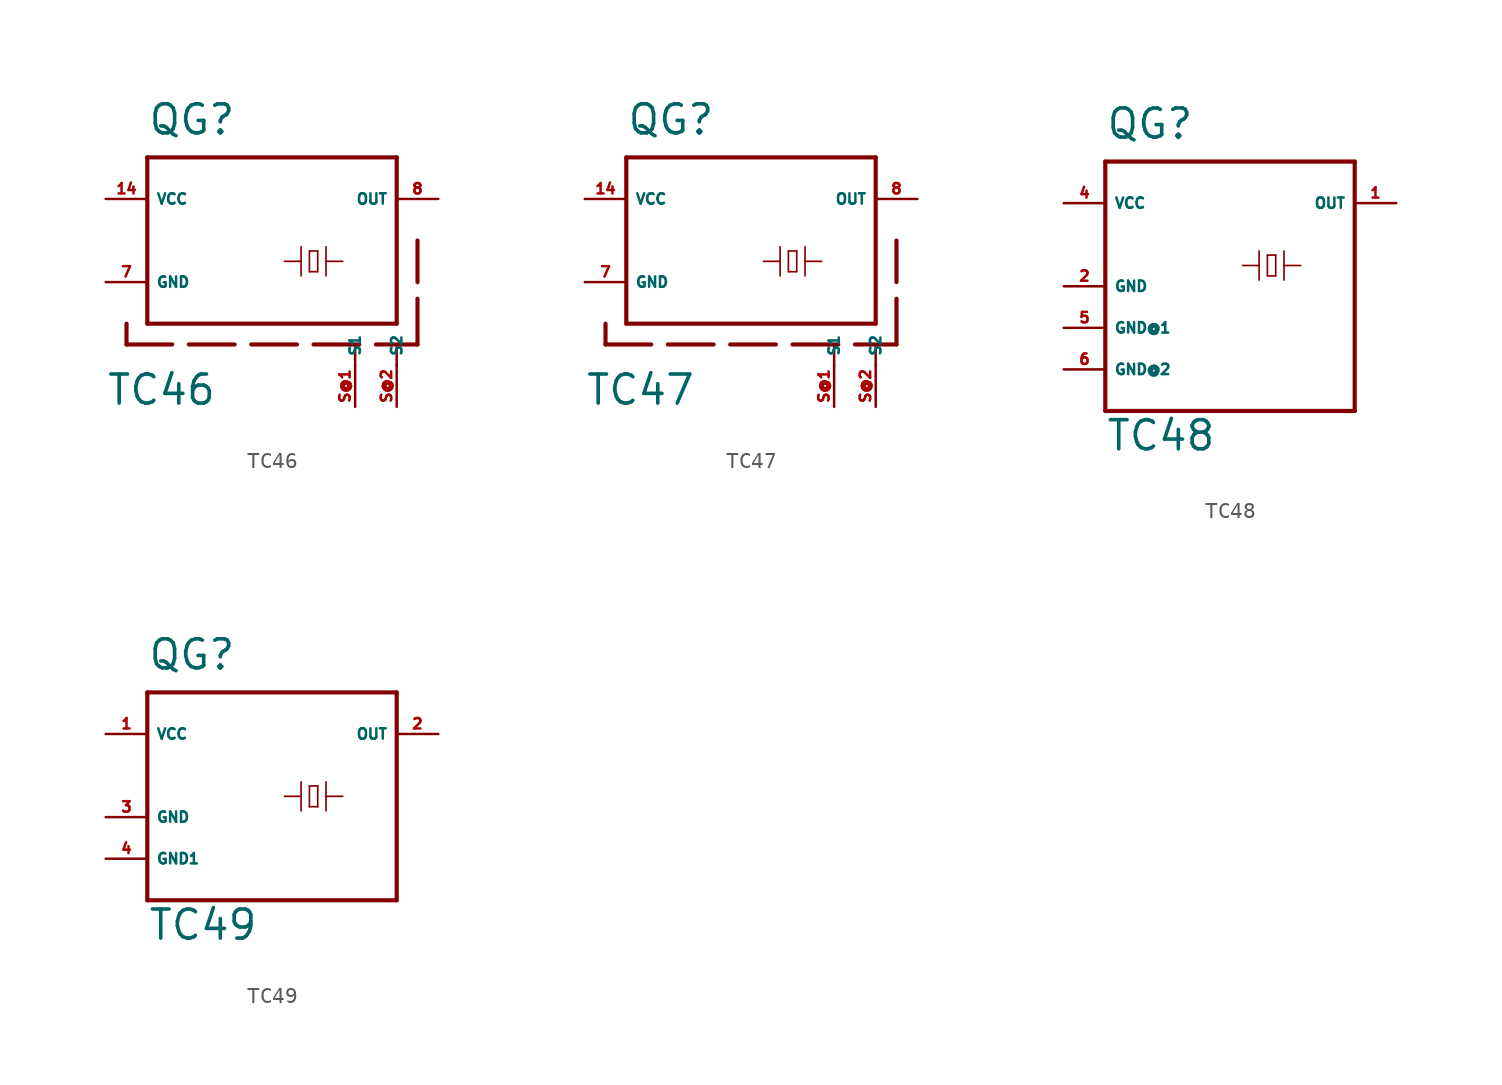
<source format=kicad_sym>
(kicad_symbol_lib
  (version 20220914)
  (generator Eagle2Kicad)
  (symbol "TC46"
    (property "Reference" "QG"
      (at -7.62 6.35 0)
      (effects (font (size 1.778 1.778) (thickness 0.22)) (justify left bottom)))
    (property "Value" "TC46"
      (at -10.16 -10.16 0)
      (effects (font (size 1.778 1.778) (thickness 0.22)) (justify left bottom)))
    (polyline
      (pts (xy -7.62 5.08) (xy -7.62 -5.08))
      (stroke (width 0.254) (type default))
      (fill (type none)))
    (polyline
      (pts (xy -7.62 -5.08) (xy 7.62 -5.08))
      (stroke (width 0.254) (type default))
      (fill (type none)))
    (polyline
      (pts (xy 7.62 -5.08) (xy 7.62 5.08))
      (stroke (width 0.254) (type default))
      (fill (type none)))
    (polyline
      (pts (xy 7.62 5.08) (xy -7.62 5.08))
      (stroke (width 0.254) (type default))
      (fill (type none)))
    (polyline
      (pts (xy 0.762 -1.27) (xy 1.778 -1.27))
      (stroke (width 0.102) (type default))
      (fill (type none)))
    (polyline
      (pts (xy 1.778 -1.27) (xy 1.778 -0.381))
      (stroke (width 0.102) (type default))
      (fill (type none)))
    (polyline
      (pts (xy 1.778 -1.27) (xy 1.778 -2.159))
      (stroke (width 0.102) (type default))
      (fill (type none)))
    (polyline
      (pts (xy 2.286 -0.635) (xy 2.794 -0.635))
      (stroke (width 0.102) (type default))
      (fill (type none)))
    (polyline
      (pts (xy 2.794 -0.635) (xy 2.794 -1.905))
      (stroke (width 0.102) (type default))
      (fill (type none)))
    (polyline
      (pts (xy 2.794 -1.905) (xy 2.286 -1.905))
      (stroke (width 0.102) (type default))
      (fill (type none)))
    (polyline
      (pts (xy 2.286 -1.905) (xy 2.286 -0.635))
      (stroke (width 0.102) (type default))
      (fill (type none)))
    (polyline
      (pts (xy 4.318 -1.27) (xy 3.302 -1.27))
      (stroke (width 0.102) (type default))
      (fill (type none)))
    (polyline
      (pts (xy 3.302 -1.27) (xy 3.302 -2.159))
      (stroke (width 0.102) (type default))
      (fill (type none)))
    (polyline
      (pts (xy 3.302 -1.27) (xy 3.302 -0.381))
      (stroke (width 0.102) (type default))
      (fill (type none)))
    (polyline
      (pts (xy -8.89 -5.08) (xy -8.89 -6.35))
      (stroke (width 0.254) (type dash))
      (fill (type none)))
    (polyline
      (pts (xy -8.89 -6.35) (xy 8.89 -6.35))
      (stroke (width 0.254) (type dash))
      (fill (type none)))
    (polyline
      (pts (xy 8.89 -6.35) (xy 8.89 0))
      (stroke (width 0.254) (type dash))
      (fill (type none)))
    (polyline
      (pts (xy 5.08 -7.62) (xy 5.08 -6.477))
      (stroke (width 0.152) (type default))
      (fill (type none)))
    (polyline
      (pts (xy 7.62 -7.62) (xy 7.62 -6.477))
      (stroke (width 0.152) (type default))
      (fill (type none)))
    (pin unspecified line
      (at -10.16 2.54 0)
      (length 2.54)
      (name "VCC" (effects (font (size 0.635 0.635) (thickness 0.08)) (justify left bottom)))
      (number "14" (effects (font (size 0.635 0.635) (thickness 0.08)) (justify left bottom))))
    (pin unspecified line
      (at -10.16 -2.54 0)
      (length 2.54)
      (name "GND" (effects (font (size 0.635 0.635) (thickness 0.08)) (justify left bottom)))
      (number "7" (effects (font (size 0.635 0.635) (thickness 0.08)) (justify left bottom))))
    (pin output line
      (at 10.16 2.54 180)
      (length 2.54)
      (name "OUT" (effects (font (size 0.635 0.635) (thickness 0.08)) (justify left bottom)))
      (number "8" (effects (font (size 0.635 0.635) (thickness 0.08)) (justify left bottom))))
    (pin passive line
      (at 5.08 -10.16 90)
      (length 2.54)
      (name "S1" (effects (font (size 0.635 0.635) (thickness 0.08)) (justify left bottom)))
      (number "S@1" (effects (font (size 0.635 0.635) (thickness 0.08)) (justify left bottom))))
    (pin passive line
      (at 7.62 -10.16 90)
      (length 2.54)
      (name "S2" (effects (font (size 0.635 0.635) (thickness 0.08)) (justify left bottom)))
      (number "S@2" (effects (font (size 0.635 0.635) (thickness 0.08)) (justify left bottom)))))
  (symbol "TC47"
    (property "Reference" "QG"
      (at -7.62 6.35 0)
      (effects (font (size 1.778 1.778) (thickness 0.22)) (justify left bottom)))
    (property "Value" "TC47"
      (at -10.16 -10.16 0)
      (effects (font (size 1.778 1.778) (thickness 0.22)) (justify left bottom)))
    (polyline
      (pts (xy -7.62 5.08) (xy -7.62 -5.08))
      (stroke (width 0.254) (type default))
      (fill (type none)))
    (polyline
      (pts (xy -7.62 -5.08) (xy 7.62 -5.08))
      (stroke (width 0.254) (type default))
      (fill (type none)))
    (polyline
      (pts (xy 7.62 -5.08) (xy 7.62 5.08))
      (stroke (width 0.254) (type default))
      (fill (type none)))
    (polyline
      (pts (xy 7.62 5.08) (xy -7.62 5.08))
      (stroke (width 0.254) (type default))
      (fill (type none)))
    (polyline
      (pts (xy 0.762 -1.27) (xy 1.778 -1.27))
      (stroke (width 0.102) (type default))
      (fill (type none)))
    (polyline
      (pts (xy 1.778 -1.27) (xy 1.778 -0.381))
      (stroke (width 0.102) (type default))
      (fill (type none)))
    (polyline
      (pts (xy 1.778 -1.27) (xy 1.778 -2.159))
      (stroke (width 0.102) (type default))
      (fill (type none)))
    (polyline
      (pts (xy 2.286 -0.635) (xy 2.794 -0.635))
      (stroke (width 0.102) (type default))
      (fill (type none)))
    (polyline
      (pts (xy 2.794 -0.635) (xy 2.794 -1.905))
      (stroke (width 0.102) (type default))
      (fill (type none)))
    (polyline
      (pts (xy 2.794 -1.905) (xy 2.286 -1.905))
      (stroke (width 0.102) (type default))
      (fill (type none)))
    (polyline
      (pts (xy 2.286 -1.905) (xy 2.286 -0.635))
      (stroke (width 0.102) (type default))
      (fill (type none)))
    (polyline
      (pts (xy 4.318 -1.27) (xy 3.302 -1.27))
      (stroke (width 0.102) (type default))
      (fill (type none)))
    (polyline
      (pts (xy 3.302 -1.27) (xy 3.302 -2.159))
      (stroke (width 0.102) (type default))
      (fill (type none)))
    (polyline
      (pts (xy 3.302 -1.27) (xy 3.302 -0.381))
      (stroke (width 0.102) (type default))
      (fill (type none)))
    (polyline
      (pts (xy -8.89 -5.08) (xy -8.89 -6.35))
      (stroke (width 0.254) (type dash))
      (fill (type none)))
    (polyline
      (pts (xy -8.89 -6.35) (xy 8.89 -6.35))
      (stroke (width 0.254) (type dash))
      (fill (type none)))
    (polyline
      (pts (xy 8.89 -6.35) (xy 8.89 0))
      (stroke (width 0.254) (type dash))
      (fill (type none)))
    (polyline
      (pts (xy 5.08 -7.62) (xy 5.08 -6.477))
      (stroke (width 0.152) (type default))
      (fill (type none)))
    (polyline
      (pts (xy 7.62 -7.62) (xy 7.62 -6.477))
      (stroke (width 0.152) (type default))
      (fill (type none)))
    (pin unspecified line
      (at -10.16 2.54 0)
      (length 2.54)
      (name "VCC" (effects (font (size 0.635 0.635) (thickness 0.08)) (justify left bottom)))
      (number "14" (effects (font (size 0.635 0.635) (thickness 0.08)) (justify left bottom))))
    (pin unspecified line
      (at -10.16 -2.54 0)
      (length 2.54)
      (name "GND" (effects (font (size 0.635 0.635) (thickness 0.08)) (justify left bottom)))
      (number "7" (effects (font (size 0.635 0.635) (thickness 0.08)) (justify left bottom))))
    (pin output line
      (at 10.16 2.54 180)
      (length 2.54)
      (name "OUT" (effects (font (size 0.635 0.635) (thickness 0.08)) (justify left bottom)))
      (number "8" (effects (font (size 0.635 0.635) (thickness 0.08)) (justify left bottom))))
    (pin passive line
      (at 5.08 -10.16 90)
      (length 2.54)
      (name "S1" (effects (font (size 0.635 0.635) (thickness 0.08)) (justify left bottom)))
      (number "S@1" (effects (font (size 0.635 0.635) (thickness 0.08)) (justify left bottom))))
    (pin passive line
      (at 7.62 -10.16 90)
      (length 2.54)
      (name "S2" (effects (font (size 0.635 0.635) (thickness 0.08)) (justify left bottom)))
      (number "S@2" (effects (font (size 0.635 0.635) (thickness 0.08)) (justify left bottom)))))
  (symbol "TC48"
    (property "Reference" "QG"
      (at -7.62 6.35 0)
      (effects (font (size 1.778 1.778) (thickness 0.22)) (justify left bottom)))
    (property "Value" "TC48"
      (at -7.62 -12.7 0)
      (effects (font (size 1.778 1.778) (thickness 0.22)) (justify left bottom)))
    (polyline
      (pts (xy -7.62 5.08) (xy -7.62 -10.16))
      (stroke (width 0.254) (type default))
      (fill (type none)))
    (polyline
      (pts (xy -7.62 -10.16) (xy 7.62 -10.16))
      (stroke (width 0.254) (type default))
      (fill (type none)))
    (polyline
      (pts (xy 7.62 -10.16) (xy 7.62 5.08))
      (stroke (width 0.254) (type default))
      (fill (type none)))
    (polyline
      (pts (xy 7.62 5.08) (xy -7.62 5.08))
      (stroke (width 0.254) (type default))
      (fill (type none)))
    (polyline
      (pts (xy 0.762 -1.27) (xy 1.778 -1.27))
      (stroke (width 0.102) (type default))
      (fill (type none)))
    (polyline
      (pts (xy 1.778 -1.27) (xy 1.778 -0.381))
      (stroke (width 0.102) (type default))
      (fill (type none)))
    (polyline
      (pts (xy 1.778 -1.27) (xy 1.778 -2.159))
      (stroke (width 0.102) (type default))
      (fill (type none)))
    (polyline
      (pts (xy 2.286 -0.635) (xy 2.794 -0.635))
      (stroke (width 0.102) (type default))
      (fill (type none)))
    (polyline
      (pts (xy 2.794 -0.635) (xy 2.794 -1.905))
      (stroke (width 0.102) (type default))
      (fill (type none)))
    (polyline
      (pts (xy 2.794 -1.905) (xy 2.286 -1.905))
      (stroke (width 0.102) (type default))
      (fill (type none)))
    (polyline
      (pts (xy 2.286 -1.905) (xy 2.286 -0.635))
      (stroke (width 0.102) (type default))
      (fill (type none)))
    (polyline
      (pts (xy 4.318 -1.27) (xy 3.302 -1.27))
      (stroke (width 0.102) (type default))
      (fill (type none)))
    (polyline
      (pts (xy 3.302 -1.27) (xy 3.302 -2.159))
      (stroke (width 0.102) (type default))
      (fill (type none)))
    (polyline
      (pts (xy 3.302 -1.27) (xy 3.302 -0.381))
      (stroke (width 0.102) (type default))
      (fill (type none)))
    (pin unspecified line
      (at -10.16 2.54 0)
      (length 2.54)
      (name "VCC" (effects (font (size 0.635 0.635) (thickness 0.08)) (justify left bottom)))
      (number "4" (effects (font (size 0.635 0.635) (thickness 0.08)) (justify left bottom))))
    (pin unspecified line
      (at -10.16 -2.54 0)
      (length 2.54)
      (name "GND" (effects (font (size 0.635 0.635) (thickness 0.08)) (justify left bottom)))
      (number "2" (effects (font (size 0.635 0.635) (thickness 0.08)) (justify left bottom))))
    (pin output line
      (at 10.16 2.54 180)
      (length 2.54)
      (name "OUT" (effects (font (size 0.635 0.635) (thickness 0.08)) (justify left bottom)))
      (number "1" (effects (font (size 0.635 0.635) (thickness 0.08)) (justify left bottom))))
    (pin unspecified line
      (at -10.16 -5.08 0)
      (length 2.54)
      (name "GND@1" (effects (font (size 0.635 0.635) (thickness 0.08)) (justify left bottom)))
      (number "5" (effects (font (size 0.635 0.635) (thickness 0.08)) (justify left bottom))))
    (pin unspecified line
      (at -10.16 -7.62 0)
      (length 2.54)
      (name "GND@2" (effects (font (size 0.635 0.635) (thickness 0.08)) (justify left bottom)))
      (number "6" (effects (font (size 0.635 0.635) (thickness 0.08)) (justify left bottom)))))
  (symbol "TC49"
    (property "Reference" "QG"
      (at -7.62 8.89 0)
      (effects (font (size 1.778 1.778) (thickness 0.22)) (justify left bottom)))
    (property "Value" "TC49"
      (at -7.62 -7.62 0)
      (effects (font (size 1.778 1.778) (thickness 0.22)) (justify left bottom)))
    (polyline
      (pts (xy -7.62 7.62) (xy -7.62 -5.08))
      (stroke (width 0.254) (type default))
      (fill (type none)))
    (polyline
      (pts (xy -7.62 -5.08) (xy 7.62 -5.08))
      (stroke (width 0.254) (type default))
      (fill (type none)))
    (polyline
      (pts (xy 7.62 -5.08) (xy 7.62 7.62))
      (stroke (width 0.254) (type default))
      (fill (type none)))
    (polyline
      (pts (xy 7.62 7.62) (xy -7.62 7.62))
      (stroke (width 0.254) (type default))
      (fill (type none)))
    (polyline
      (pts (xy 0.762 1.27) (xy 1.778 1.27))
      (stroke (width 0.102) (type default))
      (fill (type none)))
    (polyline
      (pts (xy 1.778 1.27) (xy 1.778 2.159))
      (stroke (width 0.102) (type default))
      (fill (type none)))
    (polyline
      (pts (xy 1.778 1.27) (xy 1.778 0.381))
      (stroke (width 0.102) (type default))
      (fill (type none)))
    (polyline
      (pts (xy 2.286 1.905) (xy 2.794 1.905))
      (stroke (width 0.102) (type default))
      (fill (type none)))
    (polyline
      (pts (xy 2.794 1.905) (xy 2.794 0.635))
      (stroke (width 0.102) (type default))
      (fill (type none)))
    (polyline
      (pts (xy 2.794 0.635) (xy 2.286 0.635))
      (stroke (width 0.102) (type default))
      (fill (type none)))
    (polyline
      (pts (xy 2.286 0.635) (xy 2.286 1.905))
      (stroke (width 0.102) (type default))
      (fill (type none)))
    (polyline
      (pts (xy 4.318 1.27) (xy 3.302 1.27))
      (stroke (width 0.102) (type default))
      (fill (type none)))
    (polyline
      (pts (xy 3.302 1.27) (xy 3.302 0.381))
      (stroke (width 0.102) (type default))
      (fill (type none)))
    (polyline
      (pts (xy 3.302 1.27) (xy 3.302 2.159))
      (stroke (width 0.102) (type default))
      (fill (type none)))
    (pin unspecified line
      (at -10.16 5.08 0)
      (length 2.54)
      (name "VCC" (effects (font (size 0.635 0.635) (thickness 0.08)) (justify left bottom)))
      (number "1" (effects (font (size 0.635 0.635) (thickness 0.08)) (justify left bottom))))
    (pin unspecified line
      (at -10.16 0 0)
      (length 2.54)
      (name "GND" (effects (font (size 0.635 0.635) (thickness 0.08)) (justify left bottom)))
      (number "3" (effects (font (size 0.635 0.635) (thickness 0.08)) (justify left bottom))))
    (pin output line
      (at 10.16 5.08 180)
      (length 2.54)
      (name "OUT" (effects (font (size 0.635 0.635) (thickness 0.08)) (justify left bottom)))
      (number "2" (effects (font (size 0.635 0.635) (thickness 0.08)) (justify left bottom))))
    (pin unspecified line
      (at -10.16 -2.54 0)
      (length 2.54)
      (name "GND1" (effects (font (size 0.635 0.635) (thickness 0.08)) (justify left bottom)))
      (number "4" (effects (font (size 0.635 0.635) (thickness 0.08)) (justify left bottom))))))
</source>
